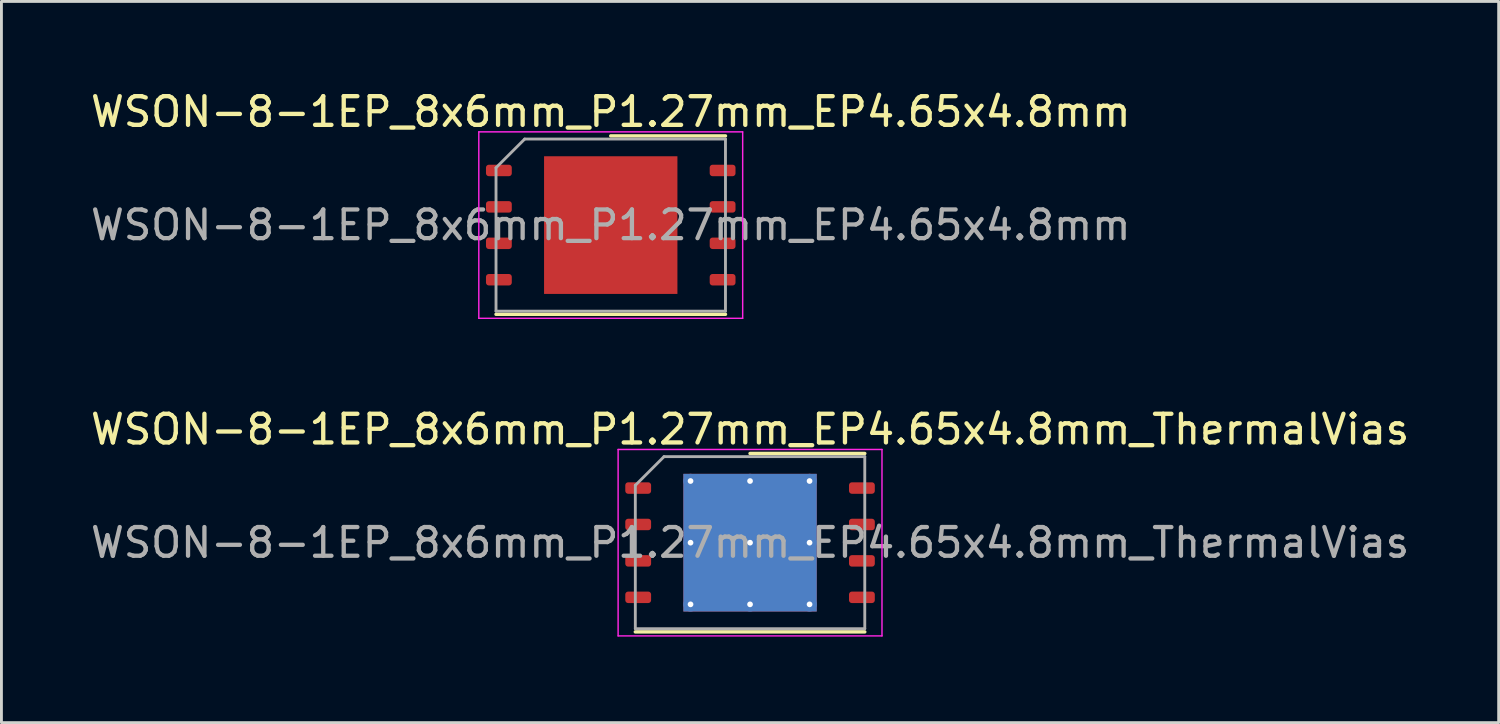
<source format=kicad_pcb>
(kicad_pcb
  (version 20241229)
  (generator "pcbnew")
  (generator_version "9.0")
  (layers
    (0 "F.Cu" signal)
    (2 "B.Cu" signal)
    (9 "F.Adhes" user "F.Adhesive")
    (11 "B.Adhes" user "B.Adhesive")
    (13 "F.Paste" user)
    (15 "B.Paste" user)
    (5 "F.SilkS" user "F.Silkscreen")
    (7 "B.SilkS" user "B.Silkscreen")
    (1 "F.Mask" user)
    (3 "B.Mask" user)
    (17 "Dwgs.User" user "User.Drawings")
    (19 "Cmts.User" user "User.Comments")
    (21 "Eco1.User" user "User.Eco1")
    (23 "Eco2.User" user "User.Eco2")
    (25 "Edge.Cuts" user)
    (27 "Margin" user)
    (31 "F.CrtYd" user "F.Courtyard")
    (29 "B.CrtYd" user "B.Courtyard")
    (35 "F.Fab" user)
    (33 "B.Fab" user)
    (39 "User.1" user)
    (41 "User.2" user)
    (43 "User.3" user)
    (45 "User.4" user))
  (footprint "WSON-8-1EP_8x6mm_P1.27mm_EP4.65x4.8mm_ThermalVias"
    (layer "F.Cu")
    (at 23.101 15.871)
    (property "Reference" "WSON-8-1EP_8x6mm_P1.27mm_EP4.65x4.8mm_ThermalVias" (at 0 -3.95 0) (layer "F.SilkS") (effects (font (size 1 1) (thickness 0.15))))
    (attr smd)
    (fp_line (start -4 3.11) (end 4 3.11) (stroke (width 0.12) (type solid)) (layer "F.SilkS"))
    (fp_line (start 0 -3.11) (end 4 -3.11) (stroke (width 0.12) (type solid)) (layer "F.SilkS"))
    (fp_line (start -4.6 -3.25) (end -4.6 3.25) (stroke (width 0.05) (type solid)) (layer "F.CrtYd"))
    (fp_line (start -4.6 3.25) (end 4.6 3.25) (stroke (width 0.05) (type solid)) (layer "F.CrtYd"))
    (fp_line (start 4.6 -3.25) (end -4.6 -3.25) (stroke (width 0.05) (type solid)) (layer "F.CrtYd"))
    (fp_line (start 4.6 3.25) (end 4.6 -3.25) (stroke (width 0.05) (type solid)) (layer "F.CrtYd"))
    (fp_line (start -4 -2) (end -3 -3) (stroke (width 0.1) (type solid)) (layer "F.Fab"))
    (fp_line (start -4 3) (end -4 -2) (stroke (width 0.1) (type solid)) (layer "F.Fab"))
    (fp_line (start -3 -3) (end 4 -3) (stroke (width 0.1) (type solid)) (layer "F.Fab"))
    (fp_line (start 4 -3) (end 4 3) (stroke (width 0.1) (type solid)) (layer "F.Fab"))
    (fp_line (start 4 3) (end -4 3) (stroke (width 0.1) (type solid)) (layer "F.Fab"))
    (fp_text user "${REFERENCE}" (at 0 0 0) (layer "F.Fab") (effects (font (size 1 1) (thickness 0.15))))
    (pad "" smd roundrect (at -1.16 -1.6) (size 2.01 1.39) (layers "F.Paste") (roundrect_rratio 0.18))
    (pad "" smd roundrect (at -1.16 0) (size 2.01 1.39) (layers "F.Paste") (roundrect_rratio 0.18))
    (pad "" smd roundrect (at -1.16 1.6) (size 2.01 1.39) (layers "F.Paste") (roundrect_rratio 0.18))
    (pad "" smd roundrect (at 1.16 -1.6) (size 2.01 1.39) (layers "F.Paste") (roundrect_rratio 0.18))
    (pad "" smd roundrect (at 1.16 0) (size 2.01 1.39) (layers "F.Paste") (roundrect_rratio 0.18))
    (pad "" smd roundrect (at 1.16 1.6) (size 2.01 1.39) (layers "F.Paste") (roundrect_rratio 0.18))
    (pad "1" smd roundrect (at -3.9 -1.905) (size 0.9 0.4) (layers "F.Cu" "F.Mask" "F.Paste") (roundrect_rratio 0.25))
    (pad "2" smd roundrect (at -3.9 -0.635) (size 0.9 0.4) (layers "F.Cu" "F.Mask" "F.Paste") (roundrect_rratio 0.25))
    (pad "3" smd roundrect (at -3.9 0.635) (size 0.9 0.4) (layers "F.Cu" "F.Mask" "F.Paste") (roundrect_rratio 0.25))
    (pad "4" smd roundrect (at -3.9 1.905) (size 0.9 0.4) (layers "F.Cu" "F.Mask" "F.Paste") (roundrect_rratio 0.25))
    (pad "5" smd roundrect (at 3.9 1.905) (size 0.9 0.4) (layers "F.Cu" "F.Mask" "F.Paste") (roundrect_rratio 0.25))
    (pad "6" smd roundrect (at 3.9 0.635) (size 0.9 0.4) (layers "F.Cu" "F.Mask" "F.Paste") (roundrect_rratio 0.25))
    (pad "7" smd roundrect (at 3.9 -0.635) (size 0.9 0.4) (layers "F.Cu" "F.Mask" "F.Paste") (roundrect_rratio 0.25))
    (pad "8" smd roundrect (at 3.9 -1.905) (size 0.9 0.4) (layers "F.Cu" "F.Mask" "F.Paste") (roundrect_rratio 0.25))
    (pad "9" thru_hole circle (at -2.075 -2.15) (size 0.5 0.5) (drill 0.2) (layers "*.Cu"))
    (pad "9" thru_hole circle (at -2.075 0) (size 0.5 0.5) (drill 0.2) (layers "*.Cu"))
    (pad "9" thru_hole circle (at -2.075 2.15) (size 0.5 0.5) (drill 0.2) (layers "*.Cu"))
    (pad "9" thru_hole circle (at 0 -2.15) (size 0.5 0.5) (drill 0.2) (layers "*.Cu"))
    (pad "9" thru_hole circle (at 0 0) (size 0.5 0.5) (drill 0.2) (layers "*.Cu"))
    (pad "9" smd rect (at 0 0) (size 4.65 4.8) (layers "F.Cu" "F.Mask"))
    (pad "9" smd rect (at 0 0) (size 4.65 4.8) (layers "B.Cu"))
    (pad "9" thru_hole circle (at 0 2.15) (size 0.5 0.5) (drill 0.2) (layers "*.Cu"))
    (pad "9" thru_hole circle (at 2.075 -2.15) (size 0.5 0.5) (drill 0.2) (layers "*.Cu"))
    (pad "9" thru_hole circle (at 2.075 0) (size 0.5 0.5) (drill 0.2) (layers "*.Cu"))
    (pad "9" thru_hole circle (at 2.075 2.15) (size 0.5 0.5) (drill 0.2) (layers "*.Cu")))
  (footprint "WSON-8-1EP_8x6mm_P1.27mm_EP4.65x4.8mm"
    (layer "F.Cu")
    (at 18.244 4.798)
    (property "Reference" "WSON-8-1EP_8x6mm_P1.27mm_EP4.65x4.8mm" (at 0 -3.95 0) (layer "F.SilkS") (effects (font (size 1 1) (thickness 0.15))))
    (attr smd)
    (fp_line (start -4 3.11) (end 4 3.11) (stroke (width 0.12) (type solid)) (layer "F.SilkS"))
    (fp_line (start 0 -3.11) (end 4 -3.11) (stroke (width 0.12) (type solid)) (layer "F.SilkS"))
    (fp_line (start -4.6 -3.25) (end -4.6 3.25) (stroke (width 0.05) (type solid)) (layer "F.CrtYd"))
    (fp_line (start -4.6 3.25) (end 4.6 3.25) (stroke (width 0.05) (type solid)) (layer "F.CrtYd"))
    (fp_line (start 4.6 -3.25) (end -4.6 -3.25) (stroke (width 0.05) (type solid)) (layer "F.CrtYd"))
    (fp_line (start 4.6 3.25) (end 4.6 -3.25) (stroke (width 0.05) (type solid)) (layer "F.CrtYd"))
    (fp_line (start -4 -2) (end -3 -3) (stroke (width 0.1) (type solid)) (layer "F.Fab"))
    (fp_line (start -4 3) (end -4 -2) (stroke (width 0.1) (type solid)) (layer "F.Fab"))
    (fp_line (start -3 -3) (end 4 -3) (stroke (width 0.1) (type solid)) (layer "F.Fab"))
    (fp_line (start 4 -3) (end 4 3) (stroke (width 0.1) (type solid)) (layer "F.Fab"))
    (fp_line (start 4 3) (end -4 3) (stroke (width 0.1) (type solid)) (layer "F.Fab"))
    (fp_text user "${REFERENCE}" (at 0 0 0) (layer "F.Fab") (effects (font (size 1 1) (thickness 0.15))))
    (pad "" smd roundrect (at -1.16 -1.6) (size 1.87 1.29) (layers "F.Paste") (roundrect_rratio 0.194))
    (pad "" smd roundrect (at -1.16 0) (size 1.87 1.29) (layers "F.Paste") (roundrect_rratio 0.194))
    (pad "" smd roundrect (at -1.16 1.6) (size 1.87 1.29) (layers "F.Paste") (roundrect_rratio 0.194))
    (pad "" smd roundrect (at 1.16 -1.6) (size 1.87 1.29) (layers "F.Paste") (roundrect_rratio 0.194))
    (pad "" smd roundrect (at 1.16 0) (size 1.87 1.29) (layers "F.Paste") (roundrect_rratio 0.194))
    (pad "" smd roundrect (at 1.16 1.6) (size 1.87 1.29) (layers "F.Paste") (roundrect_rratio 0.194))
    (pad "1" smd roundrect (at -3.9 -1.905) (size 0.9 0.4) (layers "F.Cu" "F.Mask" "F.Paste") (roundrect_rratio 0.25))
    (pad "2" smd roundrect (at -3.9 -0.635) (size 0.9 0.4) (layers "F.Cu" "F.Mask" "F.Paste") (roundrect_rratio 0.25))
    (pad "3" smd roundrect (at -3.9 0.635) (size 0.9 0.4) (layers "F.Cu" "F.Mask" "F.Paste") (roundrect_rratio 0.25))
    (pad "4" smd roundrect (at -3.9 1.905) (size 0.9 0.4) (layers "F.Cu" "F.Mask" "F.Paste") (roundrect_rratio 0.25))
    (pad "5" smd roundrect (at 3.9 1.905) (size 0.9 0.4) (layers "F.Cu" "F.Mask" "F.Paste") (roundrect_rratio 0.25))
    (pad "6" smd roundrect (at 3.9 0.635) (size 0.9 0.4) (layers "F.Cu" "F.Mask" "F.Paste") (roundrect_rratio 0.25))
    (pad "7" smd roundrect (at 3.9 -0.635) (size 0.9 0.4) (layers "F.Cu" "F.Mask" "F.Paste") (roundrect_rratio 0.25))
    (pad "8" smd roundrect (at 3.9 -1.905) (size 0.9 0.4) (layers "F.Cu" "F.Mask" "F.Paste") (roundrect_rratio 0.25))
    (pad "9" smd rect (at 0 0) (size 4.65 4.8) (layers "F.Cu" "F.Mask")))
  (gr_rect
    (start -3 -3)
    (end 49.202 22.146)
    (stroke (width 0.1) (type default))
    (fill no)
    (layer "Edge.Cuts")))
</source>
